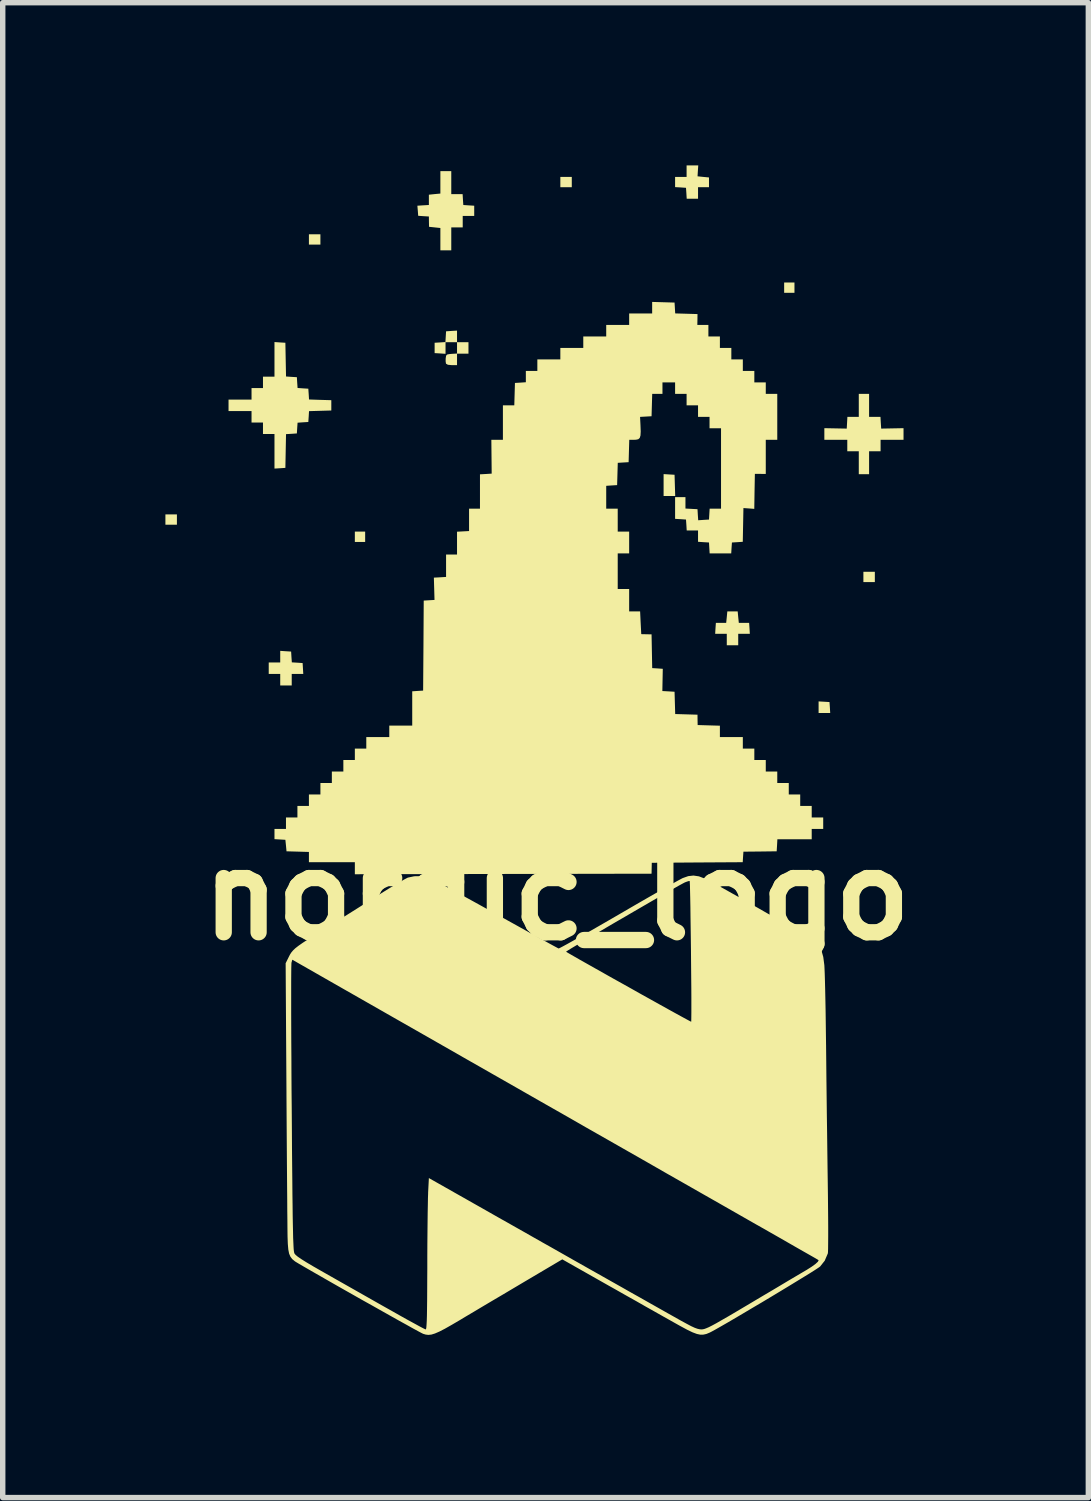
<source format=kicad_pcb>
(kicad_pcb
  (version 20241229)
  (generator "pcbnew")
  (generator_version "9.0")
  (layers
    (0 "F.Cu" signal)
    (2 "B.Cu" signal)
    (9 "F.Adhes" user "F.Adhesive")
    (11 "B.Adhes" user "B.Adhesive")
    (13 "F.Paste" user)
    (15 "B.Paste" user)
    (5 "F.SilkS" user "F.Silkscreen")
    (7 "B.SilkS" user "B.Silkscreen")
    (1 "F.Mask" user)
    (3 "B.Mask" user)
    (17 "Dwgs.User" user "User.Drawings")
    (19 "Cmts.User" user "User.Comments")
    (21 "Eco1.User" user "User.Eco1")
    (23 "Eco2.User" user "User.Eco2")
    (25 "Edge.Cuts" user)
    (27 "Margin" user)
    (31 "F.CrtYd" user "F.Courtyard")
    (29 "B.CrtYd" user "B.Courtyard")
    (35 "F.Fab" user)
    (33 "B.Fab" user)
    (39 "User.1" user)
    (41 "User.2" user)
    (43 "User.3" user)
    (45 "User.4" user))
  (footprint "nordic_logo"
    (layer "F.Cu")
    (at 7.218 13.462)
    (property "Reference" "nordic_logo" (at 0 0 0) (layer "F.SilkS") (effects (font (size 1.5 1.5) (thickness 0.3))))
    (attr board_only exclude_from_pos_files exclude_from_bom)
    (fp_poly (pts (xy -7.006 -6.932) (xy -7.006 -6.837) (xy -7.112 -6.837) (xy -7.218 -6.837) (xy -7.218 -6.932) (xy -7.218 -7.027) (xy -7.112 -7.027) (xy -7.006 -7.027)) (stroke (width 0) (type solid)) (fill yes) (layer "F.SilkS"))
    (fp_poly (pts (xy -4.36 -12.097) (xy -4.36 -12.002) (xy -4.466 -12.002) (xy -4.572 -12.002) (xy -4.572 -12.097) (xy -4.572 -12.192) (xy -4.466 -12.192) (xy -4.36 -12.192)) (stroke (width 0) (type solid)) (fill yes) (layer "F.SilkS"))
    (fp_poly (pts (xy -3.535 -6.615) (xy -3.535 -6.519) (xy -3.63 -6.519) (xy -3.725 -6.519) (xy -3.725 -6.615) (xy -3.725 -6.71) (xy -3.63 -6.71) (xy -3.535 -6.71)) (stroke (width 0) (type solid)) (fill yes) (layer "F.SilkS"))
    (fp_poly (pts (xy 0.275 -13.155) (xy 0.275 -13.06) (xy 0.169 -13.06) (xy 0.064 -13.06) (xy 0.064 -13.155) (xy 0.064 -13.25) (xy 0.169 -13.25) (xy 0.275 -13.25)) (stroke (width 0) (type solid)) (fill yes) (layer "F.SilkS"))
    (fp_poly (pts (xy 2.069 -7.764) (xy 2.17 -7.758) (xy 2.176 -7.562) (xy 2.182 -7.366) (xy 2.075 -7.366) (xy 1.968 -7.366) (xy 1.968 -7.568) (xy 1.968 -7.77)) (stroke (width 0) (type solid)) (fill yes) (layer "F.SilkS"))
    (fp_poly (pts (xy 4.381 -11.208) (xy 4.381 -11.113) (xy 4.286 -11.113) (xy 4.191 -11.113) (xy 4.191 -11.208) (xy 4.191 -11.303) (xy 4.286 -11.303) (xy 4.381 -11.303)) (stroke (width 0) (type solid)) (fill yes) (layer "F.SilkS"))
    (fp_poly (pts (xy 4.927 -3.573) (xy 5.027 -3.567) (xy 5.034 -3.466) (xy 5.04 -3.365) (xy 4.933 -3.365) (xy 4.826 -3.365) (xy 4.826 -3.472) (xy 4.826 -3.579)) (stroke (width 0) (type solid)) (fill yes) (layer "F.SilkS"))
    (fp_poly (pts (xy 5.863 -5.874) (xy 5.863 -5.779) (xy 5.757 -5.779) (xy 5.652 -5.779) (xy 5.652 -5.874) (xy 5.652 -5.969) (xy 5.757 -5.969) (xy 5.863 -5.969)) (stroke (width 0) (type solid)) (fill yes) (layer "F.SilkS"))
    (fp_poly (pts (xy -1.841 -10.309) (xy -1.841 -10.202) (xy -1.947 -10.202) (xy -2.053 -10.202) (xy -2.053 -10.095) (xy -2.053 -9.988) (xy -2.154 -9.995) (xy -2.254 -10.001) (xy -2.254 -10.097) (xy -2.254 -10.192) (xy -2.155 -10.198) (xy -2.055 -10.205) (xy -2.049 -10.304) (xy -2.043 -10.403) (xy -1.942 -10.41) (xy -1.841 -10.416)) (stroke (width 0) (type solid)) (fill yes) (layer "F.SilkS"))
    (fp_poly (pts (xy -1.63 -10.097) (xy -1.63 -9.991) (xy -1.736 -9.991) (xy -1.841 -9.991) (xy -1.841 -9.885) (xy -1.841 -9.779) (xy -1.937 -9.779) (xy -2.009 -9.786) (xy -2.044 -9.806) (xy -2.045 -9.809) (xy -2.051 -9.85) (xy -2.05 -9.907) (xy -2.049 -9.909) (xy -2.043 -9.952) (xy -2.025 -9.974) (xy -1.985 -9.983) (xy -1.942 -9.987) (xy -1.841 -9.993) (xy -1.841 -10.098) (xy -1.841 -10.202) (xy -1.736 -10.202) (xy -1.63 -10.202)) (stroke (width 0) (type solid)) (fill yes) (layer "F.SilkS"))
    (fp_poly (pts (xy -5.001 -4.504) (xy -4.9 -4.498) (xy -4.894 -4.398) (xy -4.887 -4.299) (xy -4.788 -4.293) (xy -4.688 -4.286) (xy -4.682 -4.186) (xy -4.676 -4.085) (xy -4.783 -4.085) (xy -4.889 -4.085) (xy -4.889 -3.979) (xy -4.889 -3.873) (xy -4.995 -3.873) (xy -5.101 -3.873) (xy -5.101 -3.979) (xy -5.101 -4.085) (xy -5.207 -4.085) (xy -5.313 -4.085) (xy -5.313 -4.191) (xy -5.313 -4.297) (xy -5.207 -4.297) (xy -5.101 -4.297) (xy -5.101 -4.404) (xy -5.101 -4.511)) (stroke (width 0) (type solid)) (fill yes) (layer "F.SilkS"))
    (fp_poly (pts (xy 2.6 -13.361) (xy 2.594 -13.261) (xy 2.699 -13.25) (xy 2.805 -13.24) (xy 2.805 -13.15) (xy 2.805 -13.06) (xy 2.704 -13.06) (xy 2.603 -13.06) (xy 2.603 -12.954) (xy 2.603 -12.848) (xy 2.499 -12.848) (xy 2.394 -12.848) (xy 2.388 -12.949) (xy 2.381 -13.049) (xy 2.281 -13.056) (xy 2.18 -13.062) (xy 2.18 -13.156) (xy 2.18 -13.25) (xy 2.286 -13.25) (xy 2.392 -13.25) (xy 2.392 -13.356) (xy 2.392 -13.462) (xy 2.499 -13.462) (xy 2.607 -13.462)) (stroke (width 0) (type solid)) (fill yes) (layer "F.SilkS"))
    (fp_poly (pts (xy 3.344 -5.133) (xy 3.355 -5.027) (xy 3.45 -5.027) (xy 3.545 -5.027) (xy 3.552 -4.927) (xy 3.558 -4.826) (xy 3.451 -4.826) (xy 3.344 -4.826) (xy 3.344 -4.72) (xy 3.344 -4.614) (xy 3.239 -4.614) (xy 3.133 -4.614) (xy 3.133 -4.72) (xy 3.133 -4.826) (xy 3.026 -4.826) (xy 2.919 -4.826) (xy 2.925 -4.927) (xy 2.932 -5.027) (xy 3.027 -5.027) (xy 3.122 -5.027) (xy 3.133 -5.133) (xy 3.143 -5.239) (xy 3.239 -5.239) (xy 3.334 -5.239)) (stroke (width 0) (type solid)) (fill yes) (layer "F.SilkS"))
    (fp_poly (pts (xy -2.048 -13.356) (xy -1.947 -13.356) (xy -1.947 -13.145) (xy -1.947 -12.933) (xy -1.843 -12.933) (xy -1.738 -12.933) (xy -1.732 -12.832) (xy -1.725 -12.732) (xy -1.625 -12.725) (xy -1.524 -12.719) (xy -1.524 -12.625) (xy -1.524 -12.531) (xy -1.63 -12.531) (xy -1.736 -12.531) (xy -1.736 -12.425) (xy -1.736 -12.319) (xy -1.841 -12.319) (xy -1.947 -12.319) (xy -1.947 -12.107) (xy -1.947 -11.896) (xy -2.048 -11.896) (xy -2.148 -11.896) (xy -2.148 -12.102) (xy -2.148 -12.308) (xy -2.253 -12.319) (xy -2.357 -12.33) (xy -2.359 -12.425) (xy -2.36 -12.52) (xy -2.459 -12.526) (xy -2.557 -12.533) (xy -2.564 -12.626) (xy -2.572 -12.719) (xy -2.466 -12.726) (xy -2.36 -12.732) (xy -2.36 -12.827) (xy -2.36 -12.922) (xy -2.254 -12.933) (xy -2.148 -12.943) (xy -2.148 -13.15) (xy -2.148 -13.356)) (stroke (width 0) (type solid)) (fill yes) (layer "F.SilkS"))
    (fp_poly (pts (xy 5.757 -9.038) (xy 5.757 -8.826) (xy 5.862 -8.826) (xy 5.967 -8.826) (xy 5.973 -8.718) (xy 5.98 -8.609) (xy 6.186 -8.613) (xy 6.392 -8.617) (xy 6.392 -8.51) (xy 6.392 -8.403) (xy 6.181 -8.403) (xy 5.969 -8.403) (xy 5.969 -8.297) (xy 5.969 -8.191) (xy 5.863 -8.191) (xy 5.757 -8.191) (xy 5.757 -7.98) (xy 5.757 -7.768) (xy 5.662 -7.768) (xy 5.567 -7.768) (xy 5.567 -7.98) (xy 5.567 -8.191) (xy 5.461 -8.191) (xy 5.355 -8.191) (xy 5.355 -8.297) (xy 5.355 -8.403) (xy 5.144 -8.403) (xy 4.932 -8.403) (xy 4.932 -8.51) (xy 4.932 -8.617) (xy 5.138 -8.613) (xy 5.345 -8.609) (xy 5.351 -8.718) (xy 5.357 -8.826) (xy 5.462 -8.826) (xy 5.567 -8.826) (xy 5.567 -9.038) (xy 5.567 -9.25) (xy 5.662 -9.25) (xy 5.757 -9.25)) (stroke (width 0) (type solid)) (fill yes) (layer "F.SilkS"))
    (fp_poly (pts (xy -5.106 -10.198) (xy -5.006 -10.192) (xy -5 -9.881) (xy -4.994 -9.57) (xy -4.894 -9.563) (xy -4.794 -9.557) (xy -4.788 -9.457) (xy -4.781 -9.358) (xy -4.682 -9.351) (xy -4.583 -9.345) (xy -4.576 -9.245) (xy -4.57 -9.146) (xy -4.364 -9.139) (xy -4.159 -9.133) (xy -4.159 -9.038) (xy -4.159 -8.943) (xy -4.364 -8.937) (xy -4.57 -8.931) (xy -4.576 -8.831) (xy -4.583 -8.731) (xy -4.682 -8.725) (xy -4.781 -8.718) (xy -4.788 -8.619) (xy -4.794 -8.52) (xy -4.894 -8.513) (xy -4.994 -8.507) (xy -5 -8.196) (xy -5.006 -7.885) (xy -5.106 -7.878) (xy -5.207 -7.872) (xy -5.207 -8.19) (xy -5.207 -8.509) (xy -5.313 -8.509) (xy -5.419 -8.509) (xy -5.419 -8.615) (xy -5.419 -8.721) (xy -5.524 -8.721) (xy -5.63 -8.721) (xy -5.63 -8.826) (xy -5.63 -8.932) (xy -5.842 -8.932) (xy -6.054 -8.932) (xy -6.054 -9.038) (xy -6.054 -9.144) (xy -5.842 -9.144) (xy -5.63 -9.144) (xy -5.63 -9.25) (xy -5.63 -9.356) (xy -5.524 -9.356) (xy -5.419 -9.356) (xy -5.419 -9.461) (xy -5.419 -9.567) (xy -5.313 -9.567) (xy -5.207 -9.567) (xy -5.207 -9.886) (xy -5.207 -10.205)) (stroke (width 0) (type solid)) (fill yes) (layer "F.SilkS"))
    (fp_poly (pts (xy 1.963 -10.939) (xy 2.17 -10.933) (xy 2.176 -10.833) (xy 2.182 -10.733) (xy 2.388 -10.727) (xy 2.593 -10.721) (xy 2.592 -10.62) (xy 2.59 -10.52) (xy 2.692 -10.52) (xy 2.794 -10.52) (xy 2.794 -10.414) (xy 2.794 -10.308) (xy 2.9 -10.308) (xy 3.006 -10.308) (xy 3.006 -10.202) (xy 3.006 -10.097) (xy 3.111 -10.097) (xy 3.217 -10.097) (xy 3.217 -9.991) (xy 3.217 -9.885) (xy 3.323 -9.885) (xy 3.429 -9.885) (xy 3.429 -9.779) (xy 3.429 -9.673) (xy 3.535 -9.673) (xy 3.641 -9.673) (xy 3.641 -9.567) (xy 3.641 -9.461) (xy 3.747 -9.461) (xy 3.852 -9.461) (xy 3.852 -9.356) (xy 3.852 -9.25) (xy 3.958 -9.25) (xy 4.064 -9.25) (xy 4.064 -8.826) (xy 4.064 -8.403) (xy 3.958 -8.403) (xy 3.852 -8.403) (xy 3.852 -8.088) (xy 3.852 -7.773) (xy 3.752 -7.774) (xy 3.651 -7.775) (xy 3.645 -7.452) (xy 3.64 -7.129) (xy 3.54 -7.137) (xy 3.44 -7.144) (xy 3.434 -6.833) (xy 3.428 -6.522) (xy 3.328 -6.515) (xy 3.228 -6.509) (xy 3.221 -6.408) (xy 3.215 -6.308) (xy 3.016 -6.308) (xy 2.817 -6.308) (xy 2.811 -6.408) (xy 2.805 -6.509) (xy 2.704 -6.515) (xy 2.603 -6.522) (xy 2.603 -6.626) (xy 2.603 -6.731) (xy 2.499 -6.731) (xy 2.394 -6.731) (xy 2.388 -6.832) (xy 2.381 -6.932) (xy 2.281 -6.939) (xy 2.18 -6.945) (xy 2.18 -7.145) (xy 2.18 -7.345) (xy 2.275 -7.345) (xy 2.371 -7.345) (xy 2.371 -7.24) (xy 2.371 -7.135) (xy 2.482 -7.129) (xy 2.593 -7.123) (xy 2.599 -7.021) (xy 2.606 -6.919) (xy 2.705 -6.926) (xy 2.805 -6.932) (xy 2.811 -7.033) (xy 2.817 -7.133) (xy 2.922 -7.133) (xy 3.027 -7.133) (xy 3.027 -7.874) (xy 3.027 -8.615) (xy 2.921 -8.615) (xy 2.815 -8.615) (xy 2.815 -8.721) (xy 2.815 -8.826) (xy 2.709 -8.826) (xy 2.603 -8.826) (xy 2.603 -8.932) (xy 2.603 -9.038) (xy 2.498 -9.038) (xy 2.392 -9.038) (xy 2.392 -9.144) (xy 2.392 -9.25) (xy 2.286 -9.25) (xy 2.18 -9.25) (xy 2.18 -9.356) (xy 2.18 -9.461) (xy 2.064 -9.461) (xy 1.947 -9.461) (xy 1.947 -9.356) (xy 1.947 -9.25) (xy 1.853 -9.25) (xy 1.758 -9.25) (xy 1.752 -9.043) (xy 1.746 -8.837) (xy 1.64 -8.831) (xy 1.534 -8.825) (xy 1.542 -8.667) (xy 1.546 -8.557) (xy 1.542 -8.483) (xy 1.528 -8.437) (xy 1.501 -8.413) (xy 1.458 -8.404) (xy 1.429 -8.403) (xy 1.335 -8.403) (xy 1.329 -8.197) (xy 1.323 -7.99) (xy 1.223 -7.984) (xy 1.123 -7.978) (xy 1.117 -7.772) (xy 1.111 -7.567) (xy 1.011 -7.561) (xy 0.91 -7.554) (xy 0.91 -7.344) (xy 0.91 -7.133) (xy 1.016 -7.133) (xy 1.122 -7.133) (xy 1.122 -6.921) (xy 1.122 -6.71) (xy 1.228 -6.71) (xy 1.333 -6.71) (xy 1.333 -6.509) (xy 1.333 -6.308) (xy 1.228 -6.308) (xy 1.122 -6.308) (xy 1.122 -5.98) (xy 1.122 -5.652) (xy 1.228 -5.652) (xy 1.333 -5.652) (xy 1.333 -5.445) (xy 1.333 -5.239) (xy 1.434 -5.239) (xy 1.535 -5.239) (xy 1.545 -5.029) (xy 1.556 -4.819) (xy 1.651 -4.817) (xy 1.746 -4.815) (xy 1.752 -4.504) (xy 1.758 -4.193) (xy 1.856 -4.187) (xy 1.953 -4.18) (xy 1.949 -3.975) (xy 1.945 -3.77) (xy 2.057 -3.764) (xy 2.17 -3.757) (xy 2.176 -3.551) (xy 2.182 -3.346) (xy 2.387 -3.34) (xy 2.593 -3.334) (xy 2.594 -3.239) (xy 2.596 -3.143) (xy 2.801 -3.137) (xy 3.006 -3.131) (xy 3.006 -3.026) (xy 3.006 -2.921) (xy 3.217 -2.921) (xy 3.429 -2.921) (xy 3.429 -2.815) (xy 3.429 -2.709) (xy 3.535 -2.709) (xy 3.641 -2.709) (xy 3.641 -2.603) (xy 3.641 -2.498) (xy 3.747 -2.498) (xy 3.852 -2.498) (xy 3.852 -2.392) (xy 3.852 -2.286) (xy 3.958 -2.286) (xy 4.064 -2.286) (xy 4.064 -2.18) (xy 4.064 -2.074) (xy 4.17 -2.074) (xy 4.276 -2.074) (xy 4.276 -1.968) (xy 4.276 -1.863) (xy 4.381 -1.863) (xy 4.487 -1.863) (xy 4.487 -1.757) (xy 4.487 -1.651) (xy 4.593 -1.651) (xy 4.699 -1.651) (xy 4.699 -1.545) (xy 4.699 -1.439) (xy 4.805 -1.439) (xy 4.911 -1.439) (xy 4.911 -1.333) (xy 4.911 -1.228) (xy 4.805 -1.228) (xy 4.699 -1.228) (xy 4.699 -1.132) (xy 4.699 -1.037) (xy 4.383 -1.037) (xy 4.066 -1.037) (xy 4.06 -0.926) (xy 4.053 -0.815) (xy 3.747 -0.811) (xy 3.44 -0.808) (xy 3.433 -0.711) (xy 3.427 -0.614) (xy 2.588 -0.609) (xy 1.75 -0.603) (xy 1.748 -0.503) (xy 1.746 -0.402) (xy -0.99 -0.397) (xy -3.725 -0.392) (xy -3.725 -0.503) (xy -3.725 -0.614) (xy -4.149 -0.614) (xy -4.572 -0.614) (xy -4.572 -0.708) (xy -4.572 -0.803) (xy -4.778 -0.809) (xy -4.985 -0.815) (xy -4.995 -0.921) (xy -5.006 -1.027) (xy -5.106 -1.033) (xy -5.207 -1.039) (xy -5.207 -1.134) (xy -5.207 -1.228) (xy -5.101 -1.228) (xy -4.995 -1.228) (xy -4.995 -1.333) (xy -4.995 -1.439) (xy -4.889 -1.439) (xy -4.784 -1.439) (xy -4.784 -1.545) (xy -4.784 -1.651) (xy -4.678 -1.651) (xy -4.572 -1.651) (xy -4.572 -1.757) (xy -4.572 -1.863) (xy -4.466 -1.863) (xy -4.36 -1.863) (xy -4.36 -1.968) (xy -4.36 -2.074) (xy -4.255 -2.074) (xy -4.149 -2.074) (xy -4.149 -2.18) (xy -4.149 -2.286) (xy -4.043 -2.286) (xy -3.937 -2.286) (xy -3.937 -2.392) (xy -3.937 -2.498) (xy -3.831 -2.498) (xy -3.725 -2.498) (xy -3.725 -2.603) (xy -3.725 -2.709) (xy -3.619 -2.709) (xy -3.514 -2.709) (xy -3.514 -2.815) (xy -3.514 -2.921) (xy -3.302 -2.921) (xy -3.09 -2.921) (xy -3.09 -3.027) (xy -3.09 -3.133) (xy -2.879 -3.133) (xy -2.667 -3.133) (xy -2.667 -3.449) (xy -2.667 -3.765) (xy -2.566 -3.772) (xy -2.466 -3.778) (xy -2.46 -4.608) (xy -2.455 -5.438) (xy -2.355 -5.444) (xy -2.256 -5.45) (xy -2.262 -5.656) (xy -2.268 -5.861) (xy -2.155 -5.867) (xy -2.043 -5.874) (xy -2.043 -6.08) (xy -2.043 -6.287) (xy -1.942 -6.287) (xy -1.841 -6.287) (xy -1.841 -6.497) (xy -1.841 -6.708) (xy -1.73 -6.714) (xy -1.619 -6.72) (xy -1.619 -6.927) (xy -1.619 -7.133) (xy -1.519 -7.133) (xy -1.418 -7.133) (xy -1.418 -7.45) (xy -1.418 -7.766) (xy -1.31 -7.772) (xy -1.202 -7.779) (xy -1.205 -8.091) (xy -1.208 -8.403) (xy -1.102 -8.403) (xy -0.995 -8.403) (xy -0.995 -8.721) (xy -0.995 -9.038) (xy -0.89 -9.038) (xy -0.785 -9.038) (xy -0.779 -9.245) (xy -0.773 -9.451) (xy -0.672 -9.457) (xy -0.572 -9.464) (xy -0.572 -9.568) (xy -0.572 -9.673) (xy -0.466 -9.673) (xy -0.36 -9.673) (xy -0.36 -9.779) (xy -0.36 -9.885) (xy -0.148 -9.885) (xy 0.064 -9.885) (xy 0.064 -9.991) (xy 0.064 -10.097) (xy 0.275 -10.097) (xy 0.487 -10.097) (xy 0.487 -10.202) (xy 0.487 -10.308) (xy 0.699 -10.308) (xy 0.91 -10.308) (xy 0.91 -10.414) (xy 0.91 -10.52) (xy 1.122 -10.52) (xy 1.333 -10.52) (xy 1.333 -10.626) (xy 1.333 -10.732) (xy 1.545 -10.732) (xy 1.757 -10.732) (xy 1.757 -10.838) (xy 1.757 -10.945)) (stroke (width 0) (type solid)) (fill yes) (layer "F.SilkS"))
    (fp_poly (pts (xy 2.62 -0.353) (xy 2.735 -0.309) (xy 2.811 -0.272) (xy 2.877 -0.237) (xy 2.971 -0.186) (xy 3.088 -0.12) (xy 3.225 -0.043) (xy 3.377 0.042) (xy 3.539 0.134) (xy 3.707 0.229) (xy 3.876 0.326) (xy 4.043 0.421) (xy 4.202 0.512) (xy 4.349 0.598) (xy 4.481 0.674) (xy 4.592 0.739) (xy 4.678 0.79) (xy 4.735 0.825) (xy 4.755 0.838) (xy 4.824 0.909) (xy 4.876 1.005) (xy 4.912 1.133) (xy 4.932 1.285) (xy 4.935 1.344) (xy 4.939 1.441) (xy 4.943 1.571) (xy 4.947 1.73) (xy 4.951 1.914) (xy 4.955 2.117) (xy 4.958 2.336) (xy 4.961 2.566) (xy 4.964 2.773) (xy 4.967 3.055) (xy 4.97 3.368) (xy 4.974 3.701) (xy 4.978 4.042) (xy 4.983 4.383) (xy 4.987 4.713) (xy 4.991 5.021) (xy 4.995 5.297) (xy 4.995 5.298) (xy 4.998 5.525) (xy 5 5.741) (xy 5.002 5.942) (xy 5.003 6.123) (xy 5.003 6.281) (xy 5.002 6.412) (xy 5.001 6.511) (xy 4.999 6.576) (xy 4.996 6.601) (xy 4.939 6.734) (xy 4.854 6.841) (xy 4.825 6.862) (xy 4.763 6.903) (xy 4.673 6.96) (xy 4.559 7.03) (xy 4.425 7.112) (xy 4.276 7.203) (xy 4.116 7.3) (xy 3.948 7.401) (xy 3.778 7.503) (xy 3.608 7.603) (xy 3.445 7.7) (xy 3.291 7.791) (xy 3.151 7.873) (xy 3.029 7.943) (xy 2.929 8) (xy 2.856 8.04) (xy 2.819 8.059) (xy 2.759 8.084) (xy 2.703 8.097) (xy 2.645 8.098) (xy 2.58 8.084) (xy 2.5 8.054) (xy 2.401 8.006) (xy 2.275 7.938) (xy 2.182 7.886) (xy 2.088 7.833) (xy 1.963 7.763) (xy 1.813 7.678) (xy 1.644 7.583) (xy 1.462 7.479) (xy 1.271 7.372) (xy 1.079 7.263) (xy 0.965 7.199) (xy 0.1 6.709) (xy -0.622 7.136) (xy -0.804 7.244) (xy -0.994 7.357) (xy -1.186 7.47) (xy -1.37 7.579) (xy -1.539 7.68) (xy -1.686 7.767) (xy -1.782 7.825) (xy -1.939 7.917) (xy -2.066 7.989) (xy -2.167 8.041) (xy -2.248 8.076) (xy -2.313 8.096) (xy -2.369 8.102) (xy -2.419 8.096) (xy -2.466 8.082) (xy -2.496 8.067) (xy -2.558 8.034) (xy -2.65 7.984) (xy -2.766 7.919) (xy -2.904 7.843) (xy -3.059 7.756) (xy -3.226 7.662) (xy -3.403 7.562) (xy -3.586 7.46) (xy -3.769 7.356) (xy -3.951 7.253) (xy -4.125 7.154) (xy -4.289 7.06) (xy -4.439 6.974) (xy -4.571 6.898) (xy -4.68 6.835) (xy -4.764 6.786) (xy -4.817 6.754) (xy -4.833 6.743) (xy -4.88 6.704) (xy -4.913 6.66) (xy -4.937 6.604) (xy -4.952 6.528) (xy -4.961 6.424) (xy -4.966 6.287) (xy -4.966 6.276) (xy -4.967 6.215) (xy -4.968 6.115) (xy -4.969 5.978) (xy -4.971 5.809) (xy -4.972 5.61) (xy -4.974 5.385) (xy -4.976 5.136) (xy -4.978 4.867) (xy -4.98 4.58) (xy -4.982 4.28) (xy -4.984 3.969) (xy -4.986 3.65) (xy -4.986 3.615) (xy -4.998 1.752) (xy -4.899 1.752) (xy -4.899 1.953) (xy -4.899 2.18) (xy -4.898 2.431) (xy -4.897 2.703) (xy -4.895 2.994) (xy -4.894 3.301) (xy -4.892 3.622) (xy -4.889 3.919) (xy -4.886 4.313) (xy -4.884 4.667) (xy -4.881 4.983) (xy -4.878 5.263) (xy -4.876 5.509) (xy -4.873 5.724) (xy -4.871 5.909) (xy -4.868 6.067) (xy -4.865 6.199) (xy -4.863 6.308) (xy -4.859 6.397) (xy -4.856 6.466) (xy -4.853 6.519) (xy -4.849 6.557) (xy -4.844 6.583) (xy -4.84 6.598) (xy -4.839 6.6) (xy -4.818 6.626) (xy -4.776 6.661) (xy -4.71 6.706) (xy -4.616 6.765) (xy -4.491 6.839) (xy -4.346 6.922) (xy -4.017 7.109) (xy -3.724 7.275) (xy -3.465 7.422) (xy -3.238 7.551) (xy -3.042 7.661) (xy -2.876 7.755) (xy -2.738 7.832) (xy -2.626 7.893) (xy -2.54 7.94) (xy -2.478 7.973) (xy -2.438 7.993) (xy -2.419 8.001) (xy -2.418 8.001) (xy -2.412 7.992) (xy -2.407 7.966) (xy -2.403 7.917) (xy -2.399 7.845) (xy -2.396 7.746) (xy -2.394 7.617) (xy -2.392 7.456) (xy -2.391 7.259) (xy -2.39 7.025) (xy -2.389 6.874) (xy -2.389 6.649) (xy -2.388 6.429) (xy -2.386 6.218) (xy -2.384 6.022) (xy -2.382 5.847) (xy -2.379 5.697) (xy -2.377 5.577) (xy -2.374 5.493) (xy -2.374 5.478) (xy -2.36 5.21) (xy -1.873 5.486) (xy -1.712 5.577) (xy -1.534 5.678) (xy -1.352 5.781) (xy -1.178 5.88) (xy -1.025 5.967) (xy -0.974 5.995) (xy -0.759 6.117) (xy -0.573 6.222) (xy -0.41 6.315) (xy -0.262 6.399) (xy -0.121 6.478) (xy 0.02 6.558) (xy 0.168 6.642) (xy 0.296 6.715) (xy 0.429 6.79) (xy 0.588 6.88) (xy 0.762 6.978) (xy 0.939 7.078) (xy 1.109 7.174) (xy 1.196 7.223) (xy 1.361 7.317) (xy 1.543 7.419) (xy 1.73 7.525) (xy 1.909 7.626) (xy 2.07 7.717) (xy 2.138 7.755) (xy 2.28 7.835) (xy 2.392 7.896) (xy 2.477 7.941) (xy 2.542 7.971) (xy 2.592 7.989) (xy 2.631 7.998) (xy 2.665 8.001) (xy 2.69 7.999) (xy 2.718 7.993) (xy 2.754 7.98) (xy 2.801 7.96) (xy 2.862 7.929) (xy 2.94 7.887) (xy 3.039 7.83) (xy 3.163 7.759) (xy 3.314 7.67) (xy 3.496 7.562) (xy 3.607 7.496) (xy 3.785 7.39) (xy 3.958 7.288) (xy 4.119 7.192) (xy 4.266 7.104) (xy 4.393 7.029) (xy 4.496 6.968) (xy 4.571 6.924) (xy 4.607 6.903) (xy 4.698 6.845) (xy 4.768 6.794) (xy 4.813 6.753) (xy 4.826 6.727) (xy 4.824 6.723) (xy 4.805 6.711) (xy 4.752 6.68) (xy 4.668 6.632) (xy 4.557 6.569) (xy 4.422 6.492) (xy 4.267 6.403) (xy 4.093 6.303) (xy 3.905 6.196) (xy 3.705 6.082) (xy 3.683 6.07) (xy 3.541 5.989) (xy 3.364 5.888) (xy 3.154 5.768) (xy 2.914 5.631) (xy 2.645 5.478) (xy 2.349 5.309) (xy 2.027 5.126) (xy 1.684 4.929) (xy 1.319 4.721) (xy 0.935 4.502) (xy 0.534 4.274) (xy 0.119 4.036) (xy -0.31 3.792) (xy -0.749 3.541) (xy -1.198 3.285) (xy -1.654 3.025) (xy -2.114 2.762) (xy -2.578 2.497) (xy -3.043 2.232) (xy -3.507 1.967) (xy -3.968 1.704) (xy -4.381 1.468) (xy -4.878 1.184) (xy -4.894 1.241) (xy -4.895 1.269) (xy -4.897 1.337) (xy -4.898 1.442) (xy -4.899 1.581) (xy -4.899 1.752) (xy -4.998 1.752) (xy -5.001 1.249) (xy -4.944 1.134) (xy -4.921 1.089) (xy -4.896 1.05) (xy -4.884 1.036) (xy 0.17 1.036) (xy 0.188 1.048) (xy 0.239 1.078) (xy 0.319 1.124) (xy 0.425 1.185) (xy 0.553 1.257) (xy 0.698 1.339) (xy 0.858 1.429) (xy 1.028 1.525) (xy 1.204 1.623) (xy 1.383 1.723) (xy 1.56 1.823) (xy 1.733 1.919) (xy 1.896 2.01) (xy 2.047 2.094) (xy 2.181 2.168) (xy 2.294 2.23) (xy 2.384 2.279) (xy 2.445 2.312) (xy 2.475 2.327) (xy 2.477 2.328) (xy 2.478 2.307) (xy 2.479 2.248) (xy 2.48 2.154) (xy 2.48 2.028) (xy 2.48 1.875) (xy 2.479 1.697) (xy 2.477 1.499) (xy 2.475 1.283) (xy 2.473 1.055) (xy 2.473 1.035) (xy 2.47 0.805) (xy 2.467 0.588) (xy 2.464 0.387) (xy 2.462 0.207) (xy 2.459 0.05) (xy 2.456 -0.08) (xy 2.454 -0.178) (xy 2.451 -0.242) (xy 2.45 -0.267) (xy 2.449 -0.267) (xy 2.426 -0.265) (xy 2.379 -0.249) (xy 2.355 -0.239) (xy 2.321 -0.221) (xy 2.255 -0.185) (xy 2.163 -0.133) (xy 2.047 -0.067) (xy 1.912 0.011) (xy 1.762 0.097) (xy 1.6 0.191) (xy 1.431 0.289) (xy 1.258 0.39) (xy 1.085 0.49) (xy 0.916 0.589) (xy 0.756 0.684) (xy 0.606 0.772) (xy 0.473 0.851) (xy 0.359 0.919) (xy 0.268 0.973) (xy 0.205 1.012) (xy 0.173 1.033) (xy 0.17 1.036) (xy -4.884 1.036) (xy -4.864 1.012) (xy -4.822 0.972) (xy -4.764 0.927) (xy -4.687 0.873) (xy -4.586 0.807) (xy -4.457 0.725) (xy -4.329 0.645) (xy -4.2 0.565) (xy -4.045 0.467) (xy -3.874 0.36) (xy -3.696 0.248) (xy -3.522 0.138) (xy -3.379 0.047) (xy -3.238 -0.041) (xy -3.106 -0.123) (xy -2.986 -0.196) (xy -2.884 -0.256) (xy -2.806 -0.3) (xy -2.756 -0.326) (xy -2.747 -0.33) (xy -2.63 -0.355) (xy -2.501 -0.357) (xy -2.38 -0.336) (xy -2.345 -0.324) (xy -2.31 -0.308) (xy -2.242 -0.272) (xy -2.144 -0.22) (xy -2.02 -0.153) (xy -1.873 -0.073) (xy -1.706 0.018) (xy -1.524 0.118) (xy -1.329 0.226) (xy -1.125 0.339) (xy -1.122 0.341) (xy -0.92 0.453) (xy -0.729 0.559) (xy -0.553 0.657) (xy -0.393 0.745) (xy -0.254 0.821) (xy -0.139 0.885) (xy -0.051 0.933) (xy 0.007 0.964) (xy 0.032 0.977) (xy 0.032 0.977) (xy 0.054 0.968) (xy 0.109 0.939) (xy 0.194 0.893) (xy 0.305 0.831) (xy 0.44 0.754) (xy 0.596 0.666) (xy 0.768 0.567) (xy 0.954 0.46) (xy 1.135 0.355) (xy 1.334 0.239) (xy 1.524 0.129) (xy 1.703 0.026) (xy 1.866 -0.067) (xy 2.01 -0.149) (xy 2.131 -0.218) (xy 2.226 -0.271) (xy 2.291 -0.306) (xy 2.32 -0.321) (xy 2.422 -0.357) (xy 2.519 -0.368)) (stroke (width 0) (type solid)) (fill yes) (layer "F.SilkS")))
  (gr_rect
    (start -3 -3)
    (end 17.018 24.564)
    (stroke (width 0.1) (type default))
    (fill no)
    (layer "Edge.Cuts")))
</source>
